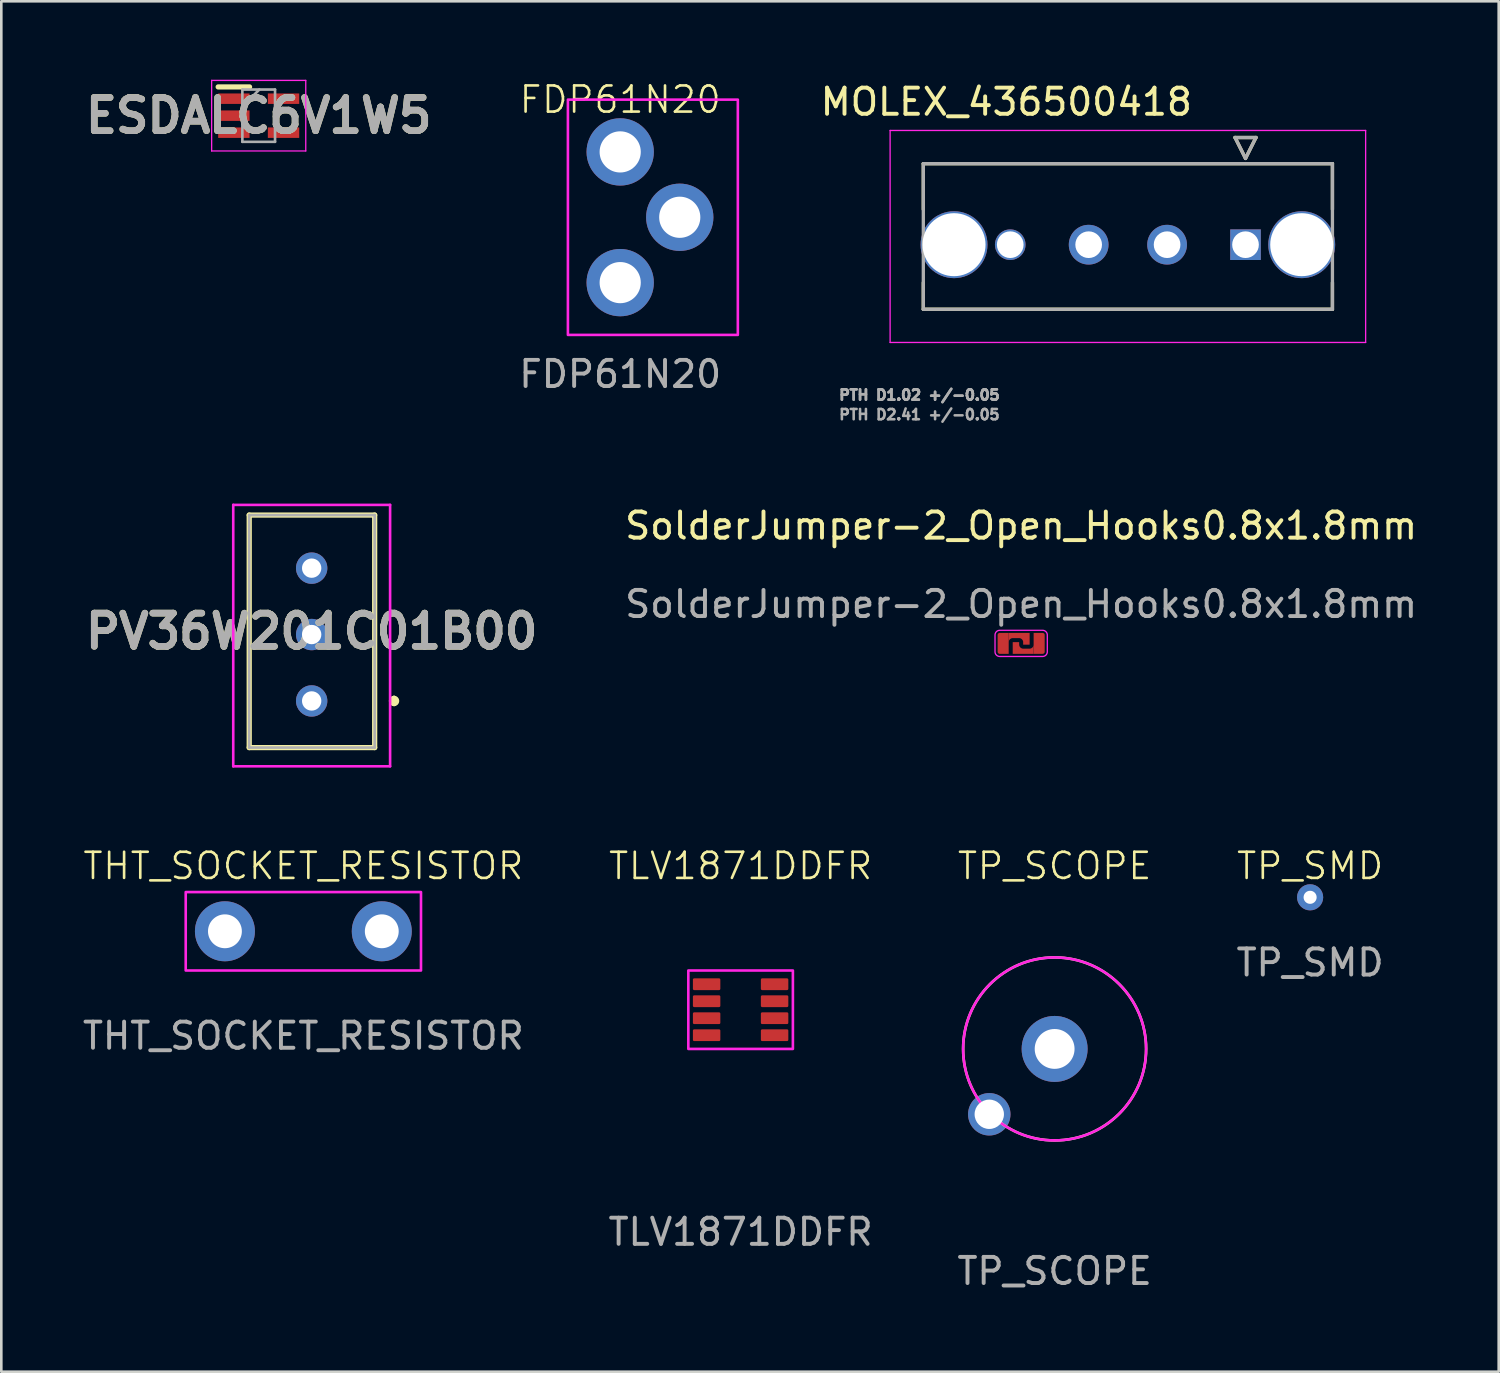
<source format=kicad_pcb>
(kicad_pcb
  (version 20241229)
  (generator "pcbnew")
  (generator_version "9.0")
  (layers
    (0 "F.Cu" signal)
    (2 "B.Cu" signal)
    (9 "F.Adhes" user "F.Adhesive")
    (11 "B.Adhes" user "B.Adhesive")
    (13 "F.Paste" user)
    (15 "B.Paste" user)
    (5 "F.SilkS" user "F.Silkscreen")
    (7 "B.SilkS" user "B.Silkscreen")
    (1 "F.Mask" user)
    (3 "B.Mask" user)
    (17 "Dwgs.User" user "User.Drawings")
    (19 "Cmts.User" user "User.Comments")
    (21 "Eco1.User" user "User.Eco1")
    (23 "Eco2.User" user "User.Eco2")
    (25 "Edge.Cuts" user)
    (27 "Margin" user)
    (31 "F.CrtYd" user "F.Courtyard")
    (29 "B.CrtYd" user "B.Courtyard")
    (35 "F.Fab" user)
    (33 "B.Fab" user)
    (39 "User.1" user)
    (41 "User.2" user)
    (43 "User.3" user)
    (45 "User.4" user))
  (footprint "SolderJumper-2_Open_Hooks0.8x1.8mm"
    (layer "F.Cu")
    (at 36.012 21.561)
    (property "Reference" "SolderJumper-2_Open_Hooks0.8x1.8mm" (at 0 -4.5 0) (unlocked yes) (layer "F.SilkS") (effects (font (size 1 1) (thickness 0.15))))
    (attr smd)
    (fp_poly (pts (arc (start -0.82 -0.5) (mid -0.947279 -0.447279) (end -1 -0.32)) (arc (start -1 0.32) (mid -0.947279 0.447279) (end -0.82 0.5)) (arc (start 0.82 0.5) (mid 0.947279 0.447279) (end 1 0.32)) (arc (start 1 -0.32) (mid 0.947279 -0.447279) (end 0.82 -0.5))) (stroke (width 0.05) (type solid)) (fill no) (layer "F.CrtYd"))
    (fp_text user "${REFERENCE}" (at 0 -1.5 0) (unlocked yes) (layer "F.Fab") (effects (font (size 1 1) (thickness 0.15))))
    (pad "1" smd custom (at -0.075 0.3) (size 0.1 0.1) (layers "F.Cu" "F.Mask") (options (anchor circle)) (primitives (gr_poly (pts (xy 0.551 0.1) (xy -0.248 0.1) (xy -0.248 -0.345) (xy -0.245 -0.348) (xy -0.005 -0.348) (xy -0.002 -0.345) (arc (start -0.0015 -0.255) (mid 0.044338 -0.144338) (end 0.155 -0.0985)) (arc (start 0.395 -0.0985) (mid 0.505662 -0.144338) (end 0.5515 -0.255))) (width 0) (fill yes))))
    (pad "1" smd custom (at 0.65 -0.05) (size 0.1 0.1) (layers "F.Cu" "F.Mask") (options (anchor circle)) (primitives (gr_poly (pts (xy -0.05 -0.025) (xy -0.048 -0.035) (xy -0.043 -0.043) (xy -0.035 -0.048) (xy -0.025 -0.05) (xy 0.025 -0.05) (xy 0.035 -0.048) (xy 0.043 -0.043) (xy 0.048 -0.035) (xy 0.05 -0.025) (xy 0.05 0.025) (xy 0.048 0.035) (xy 0.043 0.043) (xy 0.035 0.048) (xy 0.025 0.05) (xy -0.025 0.05) (xy -0.035 0.048) (xy -0.043 0.043) (xy -0.048 0.035) (xy -0.05 0.025)) (width 0) (fill yes)) (gr_poly (pts (xy -0.173 0.45) (xy -0.173 -0.35) (arc (start 0.17 -0.35) (mid 0.226569 -0.326569) (end 0.25 -0.27)) (arc (start 0.25 0.37) (mid 0.226569 0.426569) (end 0.17 0.45))) (width 0) (fill yes))))
    (pad "2" smd custom (at -0.65 -0.025) (size 0.1 0.1) (layers "F.Cu" "F.Mask") (options (anchor circle)) (primitives (gr_poly (pts (xy -0.05 -0.025) (xy -0.048 -0.035) (xy -0.043 -0.043) (xy -0.035 -0.048) (xy -0.025 -0.05) (xy 0.025 -0.05) (xy 0.035 -0.048) (xy 0.043 -0.043) (xy 0.048 -0.035) (xy 0.05 -0.025) (xy 0.05 0.025) (xy 0.048 0.035) (xy 0.043 0.043) (xy 0.035 0.048) (xy 0.025 0.05) (xy -0.025 0.05) (xy -0.035 0.048) (xy -0.043 0.043) (xy -0.048 0.035) (xy -0.05 0.025)) (width 0) (fill yes)) (gr_poly (pts (xy 0.173 -0.375) (xy 0.173 0.425) (arc (start -0.17 0.425) (mid -0.226569 0.401569) (end -0.25 0.345)) (arc (start -0.25 -0.295) (mid -0.226569 -0.351569) (end -0.17 -0.375))) (width 0) (fill yes))))
    (pad "2" smd custom (at 0.125 -0.275) (size 0.1 0.1) (layers "F.Cu" "F.Mask") (options (anchor circle)) (primitives (gr_poly (pts (xy -0.045 0.324) (xy -0.049 0.32) (arc (start -0.0485 0.23) (mid -0.094338 0.119338) (end -0.205 0.0735)) (arc (start -0.445 0.0735) (mid -0.555662 0.119338) (end -0.6015 0.23)) (xy -0.602 -0.125) (xy 0.199 -0.125) (xy 0.199 0.32) (xy 0.195 0.324)) (width 0) (fill yes)))))
  (footprint "FDP61N20"
    (layer "F.Cu")
    (at 20.674 5.261)
    (property "Reference" "FDP61N20" (at 0 -4.5 0) (unlocked yes) (layer "F.SilkS") (effects (font (size 1 1) (thickness 0.1))))
    (attr through_hole)
    (fp_rect (start -2 -4.5) (end 4.5 4.5) (stroke (width 0.1) (type default)) (fill no) (layer "F.CrtYd"))
    (fp_text user "${REFERENCE}" (at 0 6 0) (unlocked yes) (layer "F.Fab") (effects (font (size 1 1) (thickness 0.15))))
    (pad "1" thru_hole circle (at 0 -2.5) (size 2.575 2.575) (drill 1.575) (layers "*.Cu" "*.Mask"))
    (pad "2" thru_hole circle (at 2.278 0) (size 2.575 2.575) (drill 1.575) (layers "*.Cu" "*.Mask"))
    (pad "3" thru_hole circle (at 0 2.5) (size 2.575 2.575) (drill 1.575) (layers "*.Cu" "*.Mask")))
  (footprint "PV36W201C01B00"
    (layer "F.Cu")
    (at 8.872 23.763)
    (property "Reference" "PV36W201C01B00" (at 0 -2.663 0) (layer "F.SilkS") (effects (font (size 1.27 1.27) (thickness 0.254))))
    (attr through_hole)
    (fp_line (start -2.389 -7.11) (end 2.41 -7.11) (stroke (width 0.2) (type solid)) (layer "F.SilkS"))
    (fp_line (start -2.389 1.784) (end -2.389 -7.11) (stroke (width 0.2) (type solid)) (layer "F.SilkS"))
    (fp_line (start 2.41 -7.11) (end 2.41 1.784) (stroke (width 0.2) (type solid)) (layer "F.SilkS"))
    (fp_line (start 2.41 1.784) (end -2.389 1.784) (stroke (width 0.2) (type solid)) (layer "F.SilkS"))
    (fp_line (start 3.151 -0.1) (end 3.151 -0.1) (stroke (width 0.2) (type solid)) (layer "F.SilkS"))
    (fp_line (start 3.151 0.1) (end 3.151 0.1) (stroke (width 0.2) (type solid)) (layer "F.SilkS"))
    (fp_arc (start 3.151 -0.1) (mid 3.251 0) (end 3.151 0.1) (stroke (width 0.2) (type solid)) (layer "F.SilkS"))
    (fp_arc (start 3.151 0.1) (mid 3.051 0) (end 3.151 -0.1) (stroke (width 0.2) (type solid)) (layer "F.SilkS"))
    (fp_line (start -3 -7.5) (end 3 -7.5) (stroke (width 0.1) (type solid)) (layer "F.CrtYd"))
    (fp_line (start -3 2.5) (end -3 -7.5) (stroke (width 0.1) (type solid)) (layer "F.CrtYd"))
    (fp_line (start 3 -7.5) (end 3 2.5) (stroke (width 0.1) (type solid)) (layer "F.CrtYd"))
    (fp_line (start 3 2.5) (end -3 2.5) (stroke (width 0.1) (type solid)) (layer "F.CrtYd"))
    (fp_line (start -2.389 -7.11) (end 2.41 -7.11) (stroke (width 0.1) (type solid)) (layer "F.Fab"))
    (fp_line (start -2.389 1.784) (end -2.389 -7.11) (stroke (width 0.1) (type solid)) (layer "F.Fab"))
    (fp_line (start 2.41 -7.11) (end 2.41 1.784) (stroke (width 0.1) (type solid)) (layer "F.Fab"))
    (fp_line (start 2.41 1.784) (end -2.389 1.784) (stroke (width 0.1) (type solid)) (layer "F.Fab"))
    (fp_text user "${REFERENCE}" (at 0 -2.663 0) (layer "F.Fab") (effects (font (size 1.27 1.27) (thickness 0.254))))
    (pad "1" thru_hole circle (at 0 0) (size 1.2 1.2) (drill 0.74) (layers "*.Cu" "*.Mask"))
    (pad "2" thru_hole circle (at 0 -2.54) (size 1.2 1.2) (drill 0.74) (layers "*.Cu" "*.Mask"))
    (pad "3" thru_hole circle (at 0 -5.08) (size 1.2 1.2) (drill 0.74) (layers "*.Cu" "*.Mask")))
  (footprint "THT_SOCKET_RESISTOR"
    (layer "F.Cu")
    (at 8.554 32.574)
    (property "Reference" "THT_SOCKET_RESISTOR" (at 0 -2.5 0) (unlocked yes) (layer "F.SilkS") (effects (font (size 1 1) (thickness 0.1))))
    (attr through_hole)
    (fp_rect (start -4.5 -1.5) (end 4.5 1.5) (stroke (width 0.1) (type default)) (fill no) (layer "F.CrtYd"))
    (fp_text user "${REFERENCE}" (at 0 4 0) (unlocked yes) (layer "F.Fab") (effects (font (size 1 1) (thickness 0.15))))
    (pad "1" thru_hole circle (at -3 0) (size 2.295 2.295) (drill 1.295) (layers "*.Cu" "*.Mask"))
    (pad "2" thru_hole circle (at 3 0) (size 2.295 2.295) (drill 1.295) (layers "*.Cu" "*.Mask")))
  (footprint "ESDALC6V1W5"
    (layer "F.Cu")
    (at 6.846 1.375)
    (property "Reference" "ESDALC6V1W5" (at 0 0 0) (layer "F.SilkS") (effects (font (size 1.27 1.27) (thickness 0.254))))
    (attr smd)
    (fp_line (start -1.55 -1.1) (end -0.35 -1.1) (stroke (width 0.2) (type solid)) (layer "F.SilkS"))
    (fp_line (start -1.8 -1.35) (end 1.8 -1.35) (stroke (width 0.05) (type solid)) (layer "F.CrtYd"))
    (fp_line (start -1.8 1.35) (end -1.8 -1.35) (stroke (width 0.05) (type solid)) (layer "F.CrtYd"))
    (fp_line (start 1.8 -1.35) (end 1.8 1.35) (stroke (width 0.05) (type solid)) (layer "F.CrtYd"))
    (fp_line (start 1.8 1.35) (end -1.8 1.35) (stroke (width 0.05) (type solid)) (layer "F.CrtYd"))
    (fp_line (start -0.625 -1) (end 0.625 -1) (stroke (width 0.1) (type solid)) (layer "F.Fab"))
    (fp_line (start -0.625 -0.35) (end 0.025 -1) (stroke (width 0.1) (type solid)) (layer "F.Fab"))
    (fp_line (start -0.625 1) (end -0.625 -1) (stroke (width 0.1) (type solid)) (layer "F.Fab"))
    (fp_line (start 0.625 -1) (end 0.625 1) (stroke (width 0.1) (type solid)) (layer "F.Fab"))
    (fp_line (start 0.625 1) (end -0.625 1) (stroke (width 0.1) (type solid)) (layer "F.Fab"))
    (fp_text user "${REFERENCE}" (at 0 0 0) (layer "F.Fab") (effects (font (size 1.27 1.27) (thickness 0.254))))
    (pad "1" smd rect (at -0.95 -0.65 90) (size 0.4 1.2) (layers "F.Cu" "F.Mask" "F.Paste"))
    (pad "2" smd rect (at -0.95 0 90) (size 0.4 1.2) (layers "F.Cu" "F.Mask" "F.Paste"))
    (pad "3" smd rect (at -0.95 0.65 90) (size 0.4 1.2) (layers "F.Cu" "F.Mask" "F.Paste"))
    (pad "4" smd rect (at 0.95 0.65 90) (size 0.4 1.2) (layers "F.Cu" "F.Mask" "F.Paste"))
    (pad "5" smd rect (at 0.95 -0.65 90) (size 0.4 1.2) (layers "F.Cu" "F.Mask" "F.Paste")))
  (footprint "MOLEX_436500418"
    (layer "F.Cu")
    (at 44.594 6.31)
    (property "Reference" "MOLEX_436500418" (at -9.15 -5.462 0) (layer "F.SilkS") (effects (font (size 1 1) (thickness 0.15))))
    (attr through_hole)
    (fp_circle (center -11.15 0) (end -10.472 0) (stroke (width 1.356) (type solid)) (fill no) (layer "F.Mask"))
    (fp_circle (center -9 0) (end -8.669 0) (stroke (width 0.661) (type solid)) (fill no) (layer "F.Mask"))
    (fp_circle (center -6 0) (end -5.582 0) (stroke (width 0.836) (type solid)) (fill no) (layer "F.Mask"))
    (fp_circle (center -3 0) (end -2.582 0) (stroke (width 0.836) (type solid)) (fill no) (layer "F.Mask"))
    (fp_circle (center 2.15 0) (end 2.828 0) (stroke (width 1.356) (type solid)) (fill no) (layer "F.Mask"))
    (fp_poly (pts (xy -0.661 -0.661) (xy 0.661 -0.661) (xy 0.661 0.661) (xy -0.661 0.661)) (stroke (width 0.01) (type solid)) (fill yes) (layer "F.Mask"))
    (fp_circle (center -11.15 0) (end -10.472 0) (stroke (width 1.356) (type solid)) (fill no) (layer "B.Mask"))
    (fp_circle (center -9 0) (end -8.669 0) (stroke (width 0.661) (type solid)) (fill no) (layer "B.Mask"))
    (fp_circle (center -6 0) (end -5.582 0) (stroke (width 0.836) (type solid)) (fill no) (layer "B.Mask"))
    (fp_circle (center -3 0) (end -2.582 0) (stroke (width 0.836) (type solid)) (fill no) (layer "B.Mask"))
    (fp_circle (center 2.15 0) (end 2.828 0) (stroke (width 1.356) (type solid)) (fill no) (layer "B.Mask"))
    (fp_poly (pts (xy -0.661 -0.661) (xy 0.661 -0.661) (xy 0.661 0.661) (xy -0.661 0.661)) (stroke (width 0.01) (type solid)) (fill yes) (layer "B.Mask"))
    (fp_line (start -12.325 -3.1) (end -12.325 -1.35) (stroke (width 0.127) (type solid)) (layer "F.SilkS"))
    (fp_line (start -12.325 -3.1) (end 3.325 -3.1) (stroke (width 0.127) (type solid)) (layer "F.SilkS"))
    (fp_line (start -12.325 2.47) (end -12.325 1.45) (stroke (width 0.127) (type solid)) (layer "F.SilkS"))
    (fp_line (start -0.4 -4.1) (end 0.4 -4.1) (stroke (width 0.127) (type solid)) (layer "F.SilkS"))
    (fp_line (start 0 -3.3) (end -0.4 -4.1) (stroke (width 0.127) (type solid)) (layer "F.SilkS"))
    (fp_line (start 0.4 -4.1) (end 0 -3.3) (stroke (width 0.127) (type solid)) (layer "F.SilkS"))
    (fp_line (start 3.325 -3.1) (end 3.325 -1.35) (stroke (width 0.127) (type solid)) (layer "F.SilkS"))
    (fp_line (start 3.325 2.47) (end -12.325 2.47) (stroke (width 0.127) (type solid)) (layer "F.SilkS"))
    (fp_line (start 3.325 2.47) (end 3.325 1.45) (stroke (width 0.127) (type solid)) (layer "F.SilkS"))
    (fp_line (start -13.595 -4.37) (end 4.595 -4.37) (stroke (width 0.05) (type solid)) (layer "F.CrtYd"))
    (fp_line (start -13.595 3.74) (end -13.595 -4.37) (stroke (width 0.05) (type solid)) (layer "F.CrtYd"))
    (fp_line (start 4.595 3.74) (end -13.595 3.74) (stroke (width 0.05) (type solid)) (layer "F.CrtYd"))
    (fp_line (start 4.595 3.74) (end 4.595 -4.37) (stroke (width 0.05) (type solid)) (layer "F.CrtYd"))
    (fp_line (start -12.325 -3.1) (end 3.325 -3.1) (stroke (width 0.127) (type solid)) (layer "F.Fab"))
    (fp_line (start -12.325 2.47) (end -12.325 -3.1) (stroke (width 0.127) (type solid)) (layer "F.Fab"))
    (fp_line (start -0.4 -4.1) (end 0.4 -4.1) (stroke (width 0.127) (type solid)) (layer "F.Fab"))
    (fp_line (start 0 -3.3) (end -0.4 -4.1) (stroke (width 0.127) (type solid)) (layer "F.Fab"))
    (fp_line (start 0.4 -4.1) (end 0 -3.3) (stroke (width 0.127) (type solid)) (layer "F.Fab"))
    (fp_line (start 3.325 2.47) (end -12.325 2.47) (stroke (width 0.127) (type solid)) (layer "F.Fab"))
    (fp_line (start 3.325 2.47) (end 3.325 -3.1) (stroke (width 0.127) (type solid)) (layer "F.Fab"))
    (fp_text user "PTH D1.02 +/-0.05 " (at -12.325 5.75 0) (layer "F.Fab") (effects (font (size 0.394 0.394) (thickness 0.15))))
    (fp_text user "PTH D2.41 +/-0.05 " (at -12.325 6.5 0) (layer "F.Fab") (effects (font (size 0.394 0.394) (thickness 0.15))))
    (fp_text user "PTH D1.02 +/-0.05 " (at -12.325 5.75 0) (layer "F.Fab") (effects (font (size 0.394 0.394) (thickness 0.15))))
    (pad "1" thru_hole rect (at 0 0) (size 1.17 1.17) (drill 1.02) (layers "*.Cu"))
    (pad "2" thru_hole circle (at -3 0) (size 1.52 1.52) (drill 1.02) (layers "*.Cu"))
    (pad "3" thru_hole circle (at -6 0) (size 1.52 1.52) (drill 1.02) (layers "*.Cu"))
    (pad "4" thru_hole circle (at -9 0) (size 1.17 1.17) (drill 1.02) (layers "*.Cu"))
    (pad "S1" thru_hole circle (at 2.15 0) (size 2.56 2.56) (drill 2.41) (layers "*.Cu"))
    (pad "S2" thru_hole circle (at -11.15 0) (size 2.56 2.56) (drill 2.41) (layers "*.Cu")))
  (footprint "TP_SMD"
    (layer "F.Cu")
    (at 47.065 31.274)
    (property "Reference" "TP_SMD" (at 0 -1.2 0) (unlocked yes) (layer "F.SilkS") (effects (font (size 1 1) (thickness 0.1))))
    (attr smd)
    (fp_text user "${REFERENCE}" (at 0 2.5 0) (unlocked yes) (layer "F.Fab") (effects (font (size 1 1) (thickness 0.15))))
    (pad "1" thru_hole circle (at 0 0) (size 1 1) (drill 0.5) (layers "*.Cu" "*.Mask")))
  (footprint "TP_SCOPE"
    (layer "F.Cu")
    (at 37.292 37.074)
    (property "Reference" "TP_SCOPE" (at 0 -7 0) (unlocked yes) (layer "F.SilkS") (effects (font (size 1 1) (thickness 0.1))))
    (attr through_hole)
    (fp_circle (center 0 0) (end 3.5 0) (stroke (width 0.1) (type default)) (fill no) (layer "F.SilkS"))
    (fp_circle (center 0 0) (end 3.5 0) (stroke (width 0.1) (type default)) (fill no) (layer "F.CrtYd"))
    (fp_text user "${REFERENCE}" (at 0 8.5 0) (unlocked yes) (layer "F.Fab") (effects (font (size 1 1) (thickness 0.15))))
    (pad "1" thru_hole circle (at 0 0) (size 2.524 2.524) (drill 1.524) (layers "*.Cu" "*.Mask"))
    (pad "2" thru_hole circle (at -2.5 2.5) (size 1.623 1.623) (drill 1.123) (layers "*.Cu" "*.Mask")))
  (footprint "TLV1871DDFR"
    (layer "F.Cu")
    (at 25.28 35.574)
    (property "Reference" "TLV1871DDFR" (at 0 -5.5 0) (unlocked yes) (layer "F.SilkS") (effects (font (size 1 1) (thickness 0.1))))
    (attr smd)
    (fp_rect (start -2 -1.5) (end 2 1.5) (stroke (width 0.1) (type default)) (fill no) (layer "F.CrtYd"))
    (fp_text user "${REFERENCE}" (at 0 8.5 0) (unlocked yes) (layer "F.Fab") (effects (font (size 1 1) (thickness 0.15))))
    (pad "1" smd roundrect (at -1.3 -0.975) (size 1.05 0.45) (layers "F.Cu" "F.Mask" "F.Paste") (roundrect_rratio 0.111))
    (pad "1" smd roundrect (at 1.3 -0.975) (size 1.05 0.45) (layers "F.Cu" "F.Mask" "F.Paste") (roundrect_rratio 0.111))
    (pad "2" smd roundrect (at -1.3 -0.325) (size 1.05 0.45) (layers "F.Cu" "F.Mask" "F.Paste") (roundrect_rratio 0.111))
    (pad "2" smd roundrect (at 1.3 -0.325) (size 1.05 0.45) (layers "F.Cu" "F.Mask" "F.Paste") (roundrect_rratio 0.111))
    (pad "3" smd roundrect (at -1.3 0.325) (size 1.05 0.45) (layers "F.Cu" "F.Mask" "F.Paste") (roundrect_rratio 0.111))
    (pad "3" smd roundrect (at 1.3 0.325) (size 1.05 0.45) (layers "F.Cu" "F.Mask" "F.Paste") (roundrect_rratio 0.111))
    (pad "4" smd roundrect (at -1.3 0.975) (size 1.05 0.45) (layers "F.Cu" "F.Mask" "F.Paste") (roundrect_rratio 0.111))
    (pad "4" smd roundrect (at 1.3 0.975) (size 1.05 0.45) (layers "F.Cu" "F.Mask" "F.Paste") (roundrect_rratio 0.111)))
  (gr_rect
    (start -3 -3)
    (end 54.279 49.422)
    (stroke (width 0.1) (type default))
    (fill no)
    (layer "Edge.Cuts")))
</source>
